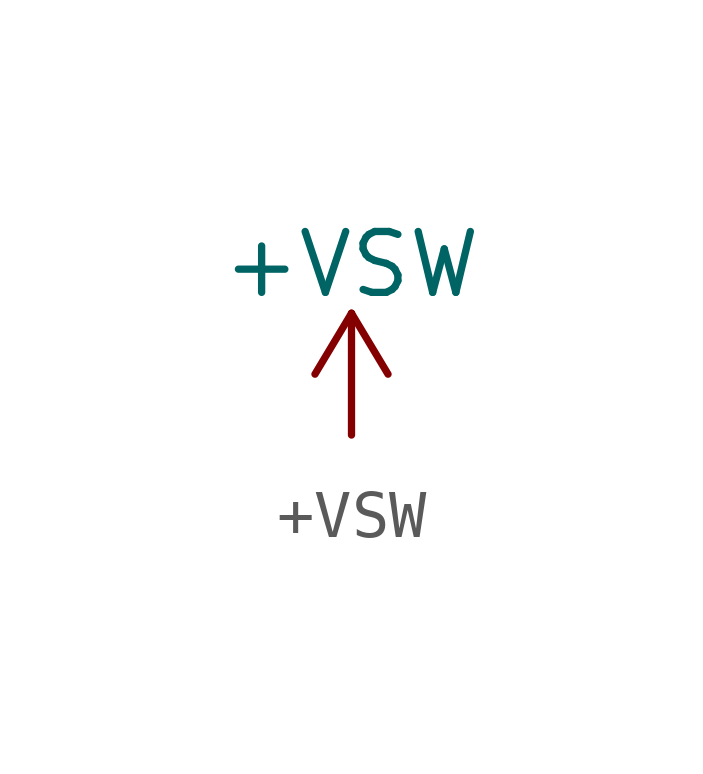
<source format=kicad_sym>
(kicad_symbol_lib
  (version 20201005)
  (generator kicad_symbol_editor)
  (symbol "+VSW"
    (power)
    (pin_names
      (offset 0))
    (property "Reference" "#PWR"
      (at 0 -3.81 0)
      (effects (font (size 1.27 1.27)) hide))
    (property "Value" "+VSW"
      (at 0 3.556 0)
      (effects (font (size 1.27 1.27))))
    (symbol "+VSW_0_1"
      (polyline (pts (xy -0.762 1.27) (xy 0 2.54)) (stroke (width 0)) (fill (type none)))
      (polyline (pts (xy 0 0) (xy 0 2.54)) (stroke (width 0)) (fill (type none)))
      (polyline (pts (xy 0 2.54) (xy 0.762 1.27)) (stroke (width 0)) (fill (type none))))
    (symbol "+VSW_1_1"
      (pin power_in line (at 0 0 90) (length 0) hide (name "+VSW" (effects (font (size 1.27 1.27)))) (number "1" (effects (font (size 1.27 1.27))))))))
</source>
